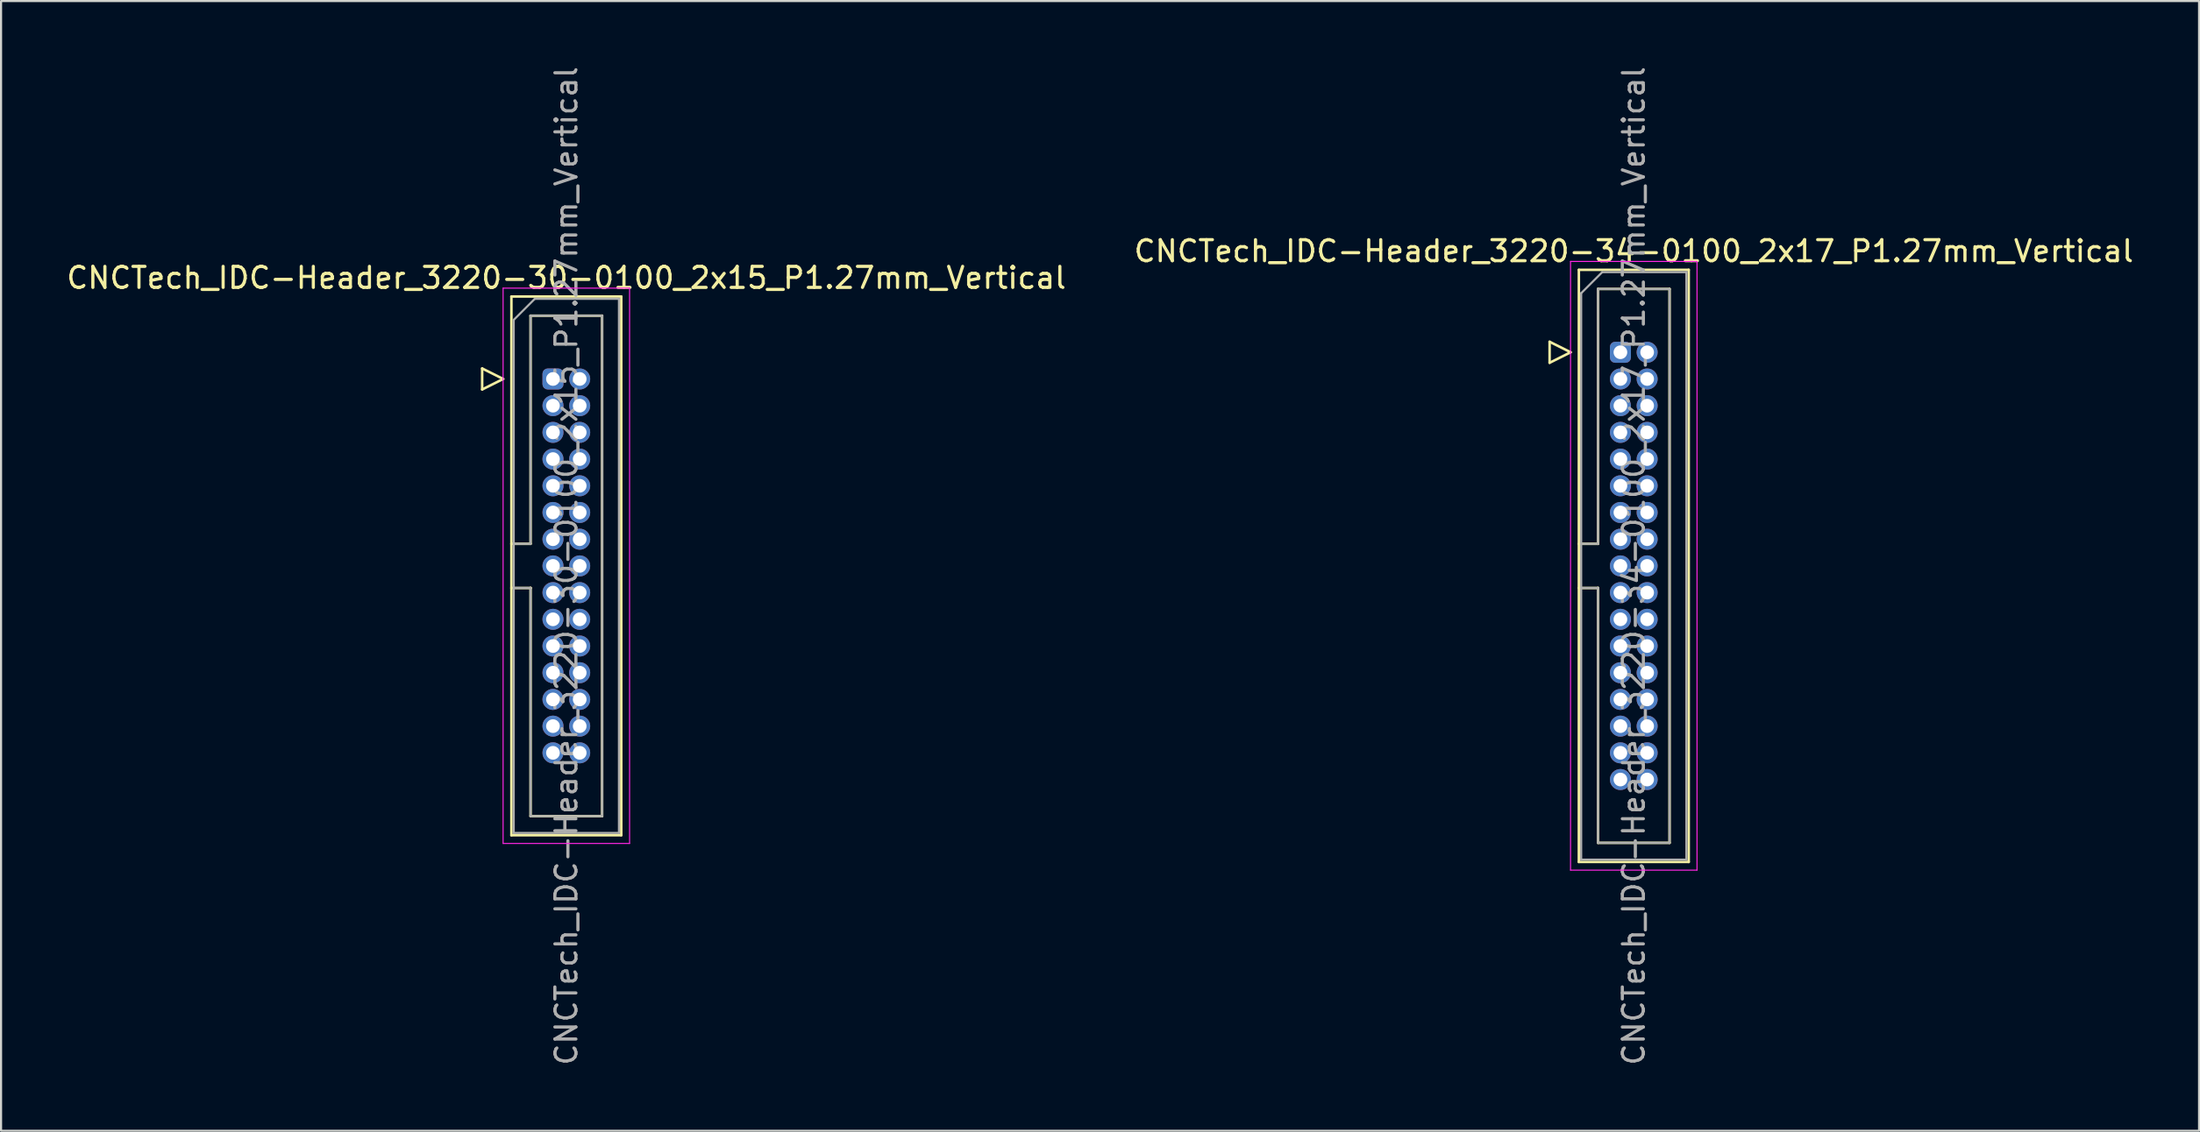
<source format=kicad_pcb>
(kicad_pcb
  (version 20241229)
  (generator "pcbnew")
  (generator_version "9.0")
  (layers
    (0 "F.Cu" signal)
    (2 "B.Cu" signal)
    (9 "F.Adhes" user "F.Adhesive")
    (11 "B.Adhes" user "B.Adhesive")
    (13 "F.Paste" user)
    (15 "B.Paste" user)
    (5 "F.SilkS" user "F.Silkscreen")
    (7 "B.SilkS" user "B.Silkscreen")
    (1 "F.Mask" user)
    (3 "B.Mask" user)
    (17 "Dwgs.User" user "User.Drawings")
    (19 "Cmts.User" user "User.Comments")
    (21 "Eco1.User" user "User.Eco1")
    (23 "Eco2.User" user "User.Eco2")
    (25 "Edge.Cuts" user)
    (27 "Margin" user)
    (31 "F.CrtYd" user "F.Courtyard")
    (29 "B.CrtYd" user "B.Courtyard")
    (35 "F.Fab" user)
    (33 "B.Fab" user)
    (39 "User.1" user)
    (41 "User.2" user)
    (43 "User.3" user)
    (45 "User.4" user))
  (footprint "CNCTech_IDC-Header_3220-30-0100_2x15_P1.27mm_Vertical"
    (layer "F.Cu")
    (at 23.228 14.973)
    (property "Reference" "CNCTech_IDC-Header_3220-30-0100_2x15_P1.27mm_Vertical" (at 0.635 -4.81 0) (layer "F.SilkS") (effects (font (size 1 1) (thickness 0.15))))
    (attr through_hole)
    (fp_line (start -3.365 -0.5) (end -3.365 0.5) (stroke (width 0.12) (type solid)) (layer "F.SilkS"))
    (fp_line (start -3.365 0.5) (end -2.365 0) (stroke (width 0.12) (type solid)) (layer "F.SilkS"))
    (fp_line (start -2.365 0) (end -3.365 -0.5) (stroke (width 0.12) (type solid)) (layer "F.SilkS"))
    (fp_line (start -1.975 -3.92) (end 3.245 -3.92) (stroke (width 0.12) (type solid)) (layer "F.SilkS"))
    (fp_line (start -1.975 7.84) (end -1.065 7.84) (stroke (width 0.12) (type solid)) (layer "F.SilkS"))
    (fp_line (start -1.975 21.7) (end -1.975 -3.92) (stroke (width 0.12) (type solid)) (layer "F.SilkS"))
    (fp_line (start -1.065 -3.01) (end 2.335 -3.01) (stroke (width 0.12) (type solid)) (layer "F.SilkS"))
    (fp_line (start -1.065 7.84) (end -1.065 -3.01) (stroke (width 0.12) (type solid)) (layer "F.SilkS"))
    (fp_line (start -1.065 9.94) (end -1.975 9.94) (stroke (width 0.12) (type solid)) (layer "F.SilkS"))
    (fp_line (start -1.065 9.94) (end -1.065 9.94) (stroke (width 0.12) (type solid)) (layer "F.SilkS"))
    (fp_line (start -1.065 20.79) (end -1.065 9.94) (stroke (width 0.12) (type solid)) (layer "F.SilkS"))
    (fp_line (start 2.335 -3.01) (end 2.335 20.79) (stroke (width 0.12) (type solid)) (layer "F.SilkS"))
    (fp_line (start 2.335 20.79) (end -1.065 20.79) (stroke (width 0.12) (type solid)) (layer "F.SilkS"))
    (fp_line (start 3.245 -3.92) (end 3.245 21.7) (stroke (width 0.12) (type solid)) (layer "F.SilkS"))
    (fp_line (start 3.245 21.7) (end -1.975 21.7) (stroke (width 0.12) (type solid)) (layer "F.SilkS"))
    (fp_line (start -2.37 -4.32) (end -2.37 22.09) (stroke (width 0.05) (type solid)) (layer "F.CrtYd"))
    (fp_line (start -2.37 22.09) (end 3.64 22.09) (stroke (width 0.05) (type solid)) (layer "F.CrtYd"))
    (fp_line (start 3.64 -4.32) (end -2.37 -4.32) (stroke (width 0.05) (type solid)) (layer "F.CrtYd"))
    (fp_line (start 3.64 22.09) (end 3.64 -4.32) (stroke (width 0.05) (type solid)) (layer "F.CrtYd"))
    (fp_line (start -1.865 -2.81) (end -0.865 -3.81) (stroke (width 0.1) (type solid)) (layer "F.Fab"))
    (fp_line (start -1.865 7.84) (end -1.065 7.84) (stroke (width 0.1) (type solid)) (layer "F.Fab"))
    (fp_line (start -1.865 21.59) (end -1.865 -2.81) (stroke (width 0.1) (type solid)) (layer "F.Fab"))
    (fp_line (start -1.065 -3.01) (end 2.335 -3.01) (stroke (width 0.1) (type solid)) (layer "F.Fab"))
    (fp_line (start -1.065 7.84) (end -1.065 -3.01) (stroke (width 0.1) (type solid)) (layer "F.Fab"))
    (fp_line (start -1.065 9.94) (end -1.865 9.94) (stroke (width 0.1) (type solid)) (layer "F.Fab"))
    (fp_line (start -1.065 9.94) (end -1.065 9.94) (stroke (width 0.1) (type solid)) (layer "F.Fab"))
    (fp_line (start -1.065 20.79) (end -1.065 9.94) (stroke (width 0.1) (type solid)) (layer "F.Fab"))
    (fp_line (start -0.865 -3.81) (end 3.135 -3.81) (stroke (width 0.1) (type solid)) (layer "F.Fab"))
    (fp_line (start 2.335 -3.01) (end 2.335 20.79) (stroke (width 0.1) (type solid)) (layer "F.Fab"))
    (fp_line (start 2.335 20.79) (end -1.065 20.79) (stroke (width 0.1) (type solid)) (layer "F.Fab"))
    (fp_line (start 3.135 -3.81) (end 3.135 21.59) (stroke (width 0.1) (type solid)) (layer "F.Fab"))
    (fp_line (start 3.135 21.59) (end -1.865 21.59) (stroke (width 0.1) (type solid)) (layer "F.Fab"))
    (fp_text user "${REFERENCE}" (at 0.635 8.89 90) (layer "F.Fab") (effects (font (size 1 1) (thickness 0.15))))
    (pad "1" thru_hole roundrect (at 0 0) (size 1 1) (drill 0.65) (layers "*.Cu" "*.Mask") (roundrect_rratio 0.25))
    (pad "2" thru_hole circle (at 1.27 0) (size 1 1) (drill 0.65) (layers "*.Cu" "*.Mask"))
    (pad "3" thru_hole circle (at 0 1.27) (size 1 1) (drill 0.65) (layers "*.Cu" "*.Mask"))
    (pad "4" thru_hole circle (at 1.27 1.27) (size 1 1) (drill 0.65) (layers "*.Cu" "*.Mask"))
    (pad "5" thru_hole circle (at 0 2.54) (size 1 1) (drill 0.65) (layers "*.Cu" "*.Mask"))
    (pad "6" thru_hole circle (at 1.27 2.54) (size 1 1) (drill 0.65) (layers "*.Cu" "*.Mask"))
    (pad "7" thru_hole circle (at 0 3.81) (size 1 1) (drill 0.65) (layers "*.Cu" "*.Mask"))
    (pad "8" thru_hole circle (at 1.27 3.81) (size 1 1) (drill 0.65) (layers "*.Cu" "*.Mask"))
    (pad "9" thru_hole circle (at 0 5.08) (size 1 1) (drill 0.65) (layers "*.Cu" "*.Mask"))
    (pad "10" thru_hole circle (at 1.27 5.08) (size 1 1) (drill 0.65) (layers "*.Cu" "*.Mask"))
    (pad "11" thru_hole circle (at 0 6.35) (size 1 1) (drill 0.65) (layers "*.Cu" "*.Mask"))
    (pad "12" thru_hole circle (at 1.27 6.35) (size 1 1) (drill 0.65) (layers "*.Cu" "*.Mask"))
    (pad "13" thru_hole circle (at 0 7.62) (size 1 1) (drill 0.65) (layers "*.Cu" "*.Mask"))
    (pad "14" thru_hole circle (at 1.27 7.62) (size 1 1) (drill 0.65) (layers "*.Cu" "*.Mask"))
    (pad "15" thru_hole circle (at 0 8.89) (size 1 1) (drill 0.65) (layers "*.Cu" "*.Mask"))
    (pad "16" thru_hole circle (at 1.27 8.89) (size 1 1) (drill 0.65) (layers "*.Cu" "*.Mask"))
    (pad "17" thru_hole circle (at 0 10.16) (size 1 1) (drill 0.65) (layers "*.Cu" "*.Mask"))
    (pad "18" thru_hole circle (at 1.27 10.16) (size 1 1) (drill 0.65) (layers "*.Cu" "*.Mask"))
    (pad "19" thru_hole circle (at 0 11.43) (size 1 1) (drill 0.65) (layers "*.Cu" "*.Mask"))
    (pad "20" thru_hole circle (at 1.27 11.43) (size 1 1) (drill 0.65) (layers "*.Cu" "*.Mask"))
    (pad "21" thru_hole circle (at 0 12.7) (size 1 1) (drill 0.65) (layers "*.Cu" "*.Mask"))
    (pad "22" thru_hole circle (at 1.27 12.7) (size 1 1) (drill 0.65) (layers "*.Cu" "*.Mask"))
    (pad "23" thru_hole circle (at 0 13.97) (size 1 1) (drill 0.65) (layers "*.Cu" "*.Mask"))
    (pad "24" thru_hole circle (at 1.27 13.97) (size 1 1) (drill 0.65) (layers "*.Cu" "*.Mask"))
    (pad "25" thru_hole circle (at 0 15.24) (size 1 1) (drill 0.65) (layers "*.Cu" "*.Mask"))
    (pad "26" thru_hole circle (at 1.27 15.24) (size 1 1) (drill 0.65) (layers "*.Cu" "*.Mask"))
    (pad "27" thru_hole circle (at 0 16.51) (size 1 1) (drill 0.65) (layers "*.Cu" "*.Mask"))
    (pad "28" thru_hole circle (at 1.27 16.51) (size 1 1) (drill 0.65) (layers "*.Cu" "*.Mask"))
    (pad "29" thru_hole circle (at 0 17.78) (size 1 1) (drill 0.65) (layers "*.Cu" "*.Mask"))
    (pad "30" thru_hole circle (at 1.27 17.78) (size 1 1) (drill 0.65) (layers "*.Cu" "*.Mask")))
  (footprint "CNCTech_IDC-Header_3220-34-0100_2x17_P1.27mm_Vertical"
    (layer "F.Cu")
    (at 73.954 13.703)
    (property "Reference" "CNCTech_IDC-Header_3220-34-0100_2x17_P1.27mm_Vertical" (at 0.635 -4.81 0) (layer "F.SilkS") (effects (font (size 1 1) (thickness 0.15))))
    (attr through_hole)
    (fp_line (start -3.365 -0.5) (end -3.365 0.5) (stroke (width 0.12) (type solid)) (layer "F.SilkS"))
    (fp_line (start -3.365 0.5) (end -2.365 0) (stroke (width 0.12) (type solid)) (layer "F.SilkS"))
    (fp_line (start -2.365 0) (end -3.365 -0.5) (stroke (width 0.12) (type solid)) (layer "F.SilkS"))
    (fp_line (start -1.975 -3.92) (end 3.245 -3.92) (stroke (width 0.12) (type solid)) (layer "F.SilkS"))
    (fp_line (start -1.975 9.11) (end -1.065 9.11) (stroke (width 0.12) (type solid)) (layer "F.SilkS"))
    (fp_line (start -1.975 24.24) (end -1.975 -3.92) (stroke (width 0.12) (type solid)) (layer "F.SilkS"))
    (fp_line (start -1.065 -3.01) (end 2.335 -3.01) (stroke (width 0.12) (type solid)) (layer "F.SilkS"))
    (fp_line (start -1.065 9.11) (end -1.065 -3.01) (stroke (width 0.12) (type solid)) (layer "F.SilkS"))
    (fp_line (start -1.065 11.21) (end -1.975 11.21) (stroke (width 0.12) (type solid)) (layer "F.SilkS"))
    (fp_line (start -1.065 11.21) (end -1.065 11.21) (stroke (width 0.12) (type solid)) (layer "F.SilkS"))
    (fp_line (start -1.065 23.33) (end -1.065 11.21) (stroke (width 0.12) (type solid)) (layer "F.SilkS"))
    (fp_line (start 2.335 -3.01) (end 2.335 23.33) (stroke (width 0.12) (type solid)) (layer "F.SilkS"))
    (fp_line (start 2.335 23.33) (end -1.065 23.33) (stroke (width 0.12) (type solid)) (layer "F.SilkS"))
    (fp_line (start 3.245 -3.92) (end 3.245 24.24) (stroke (width 0.12) (type solid)) (layer "F.SilkS"))
    (fp_line (start 3.245 24.24) (end -1.975 24.24) (stroke (width 0.12) (type solid)) (layer "F.SilkS"))
    (fp_line (start -2.37 -4.32) (end -2.37 24.63) (stroke (width 0.05) (type solid)) (layer "F.CrtYd"))
    (fp_line (start -2.37 24.63) (end 3.64 24.63) (stroke (width 0.05) (type solid)) (layer "F.CrtYd"))
    (fp_line (start 3.64 -4.32) (end -2.37 -4.32) (stroke (width 0.05) (type solid)) (layer "F.CrtYd"))
    (fp_line (start 3.64 24.63) (end 3.64 -4.32) (stroke (width 0.05) (type solid)) (layer "F.CrtYd"))
    (fp_line (start -1.865 -2.81) (end -0.865 -3.81) (stroke (width 0.1) (type solid)) (layer "F.Fab"))
    (fp_line (start -1.865 9.11) (end -1.065 9.11) (stroke (width 0.1) (type solid)) (layer "F.Fab"))
    (fp_line (start -1.865 24.13) (end -1.865 -2.81) (stroke (width 0.1) (type solid)) (layer "F.Fab"))
    (fp_line (start -1.065 -3.01) (end 2.335 -3.01) (stroke (width 0.1) (type solid)) (layer "F.Fab"))
    (fp_line (start -1.065 9.11) (end -1.065 -3.01) (stroke (width 0.1) (type solid)) (layer "F.Fab"))
    (fp_line (start -1.065 11.21) (end -1.865 11.21) (stroke (width 0.1) (type solid)) (layer "F.Fab"))
    (fp_line (start -1.065 11.21) (end -1.065 11.21) (stroke (width 0.1) (type solid)) (layer "F.Fab"))
    (fp_line (start -1.065 23.33) (end -1.065 11.21) (stroke (width 0.1) (type solid)) (layer "F.Fab"))
    (fp_line (start -0.865 -3.81) (end 3.135 -3.81) (stroke (width 0.1) (type solid)) (layer "F.Fab"))
    (fp_line (start 2.335 -3.01) (end 2.335 23.33) (stroke (width 0.1) (type solid)) (layer "F.Fab"))
    (fp_line (start 2.335 23.33) (end -1.065 23.33) (stroke (width 0.1) (type solid)) (layer "F.Fab"))
    (fp_line (start 3.135 -3.81) (end 3.135 24.13) (stroke (width 0.1) (type solid)) (layer "F.Fab"))
    (fp_line (start 3.135 24.13) (end -1.865 24.13) (stroke (width 0.1) (type solid)) (layer "F.Fab"))
    (fp_text user "${REFERENCE}" (at 0.635 10.16 90) (layer "F.Fab") (effects (font (size 1 1) (thickness 0.15))))
    (pad "1" thru_hole roundrect (at 0 0) (size 1 1) (drill 0.65) (layers "*.Cu" "*.Mask") (roundrect_rratio 0.25))
    (pad "2" thru_hole circle (at 1.27 0) (size 1 1) (drill 0.65) (layers "*.Cu" "*.Mask"))
    (pad "3" thru_hole circle (at 0 1.27) (size 1 1) (drill 0.65) (layers "*.Cu" "*.Mask"))
    (pad "4" thru_hole circle (at 1.27 1.27) (size 1 1) (drill 0.65) (layers "*.Cu" "*.Mask"))
    (pad "5" thru_hole circle (at 0 2.54) (size 1 1) (drill 0.65) (layers "*.Cu" "*.Mask"))
    (pad "6" thru_hole circle (at 1.27 2.54) (size 1 1) (drill 0.65) (layers "*.Cu" "*.Mask"))
    (pad "7" thru_hole circle (at 0 3.81) (size 1 1) (drill 0.65) (layers "*.Cu" "*.Mask"))
    (pad "8" thru_hole circle (at 1.27 3.81) (size 1 1) (drill 0.65) (layers "*.Cu" "*.Mask"))
    (pad "9" thru_hole circle (at 0 5.08) (size 1 1) (drill 0.65) (layers "*.Cu" "*.Mask"))
    (pad "10" thru_hole circle (at 1.27 5.08) (size 1 1) (drill 0.65) (layers "*.Cu" "*.Mask"))
    (pad "11" thru_hole circle (at 0 6.35) (size 1 1) (drill 0.65) (layers "*.Cu" "*.Mask"))
    (pad "12" thru_hole circle (at 1.27 6.35) (size 1 1) (drill 0.65) (layers "*.Cu" "*.Mask"))
    (pad "13" thru_hole circle (at 0 7.62) (size 1 1) (drill 0.65) (layers "*.Cu" "*.Mask"))
    (pad "14" thru_hole circle (at 1.27 7.62) (size 1 1) (drill 0.65) (layers "*.Cu" "*.Mask"))
    (pad "15" thru_hole circle (at 0 8.89) (size 1 1) (drill 0.65) (layers "*.Cu" "*.Mask"))
    (pad "16" thru_hole circle (at 1.27 8.89) (size 1 1) (drill 0.65) (layers "*.Cu" "*.Mask"))
    (pad "17" thru_hole circle (at 0 10.16) (size 1 1) (drill 0.65) (layers "*.Cu" "*.Mask"))
    (pad "18" thru_hole circle (at 1.27 10.16) (size 1 1) (drill 0.65) (layers "*.Cu" "*.Mask"))
    (pad "19" thru_hole circle (at 0 11.43) (size 1 1) (drill 0.65) (layers "*.Cu" "*.Mask"))
    (pad "20" thru_hole circle (at 1.27 11.43) (size 1 1) (drill 0.65) (layers "*.Cu" "*.Mask"))
    (pad "21" thru_hole circle (at 0 12.7) (size 1 1) (drill 0.65) (layers "*.Cu" "*.Mask"))
    (pad "22" thru_hole circle (at 1.27 12.7) (size 1 1) (drill 0.65) (layers "*.Cu" "*.Mask"))
    (pad "23" thru_hole circle (at 0 13.97) (size 1 1) (drill 0.65) (layers "*.Cu" "*.Mask"))
    (pad "24" thru_hole circle (at 1.27 13.97) (size 1 1) (drill 0.65) (layers "*.Cu" "*.Mask"))
    (pad "25" thru_hole circle (at 0 15.24) (size 1 1) (drill 0.65) (layers "*.Cu" "*.Mask"))
    (pad "26" thru_hole circle (at 1.27 15.24) (size 1 1) (drill 0.65) (layers "*.Cu" "*.Mask"))
    (pad "27" thru_hole circle (at 0 16.51) (size 1 1) (drill 0.65) (layers "*.Cu" "*.Mask"))
    (pad "28" thru_hole circle (at 1.27 16.51) (size 1 1) (drill 0.65) (layers "*.Cu" "*.Mask"))
    (pad "29" thru_hole circle (at 0 17.78) (size 1 1) (drill 0.65) (layers "*.Cu" "*.Mask"))
    (pad "30" thru_hole circle (at 1.27 17.78) (size 1 1) (drill 0.65) (layers "*.Cu" "*.Mask"))
    (pad "31" thru_hole circle (at 0 19.05) (size 1 1) (drill 0.65) (layers "*.Cu" "*.Mask"))
    (pad "32" thru_hole circle (at 1.27 19.05) (size 1 1) (drill 0.65) (layers "*.Cu" "*.Mask"))
    (pad "33" thru_hole circle (at 0 20.32) (size 1 1) (drill 0.65) (layers "*.Cu" "*.Mask"))
    (pad "34" thru_hole circle (at 1.27 20.32) (size 1 1) (drill 0.65) (layers "*.Cu" "*.Mask")))
  (gr_rect
    (start -3 -3)
    (end 101.452 50.726)
    (stroke (width 0.1) (type default))
    (fill no)
    (layer "Edge.Cuts")))
</source>
